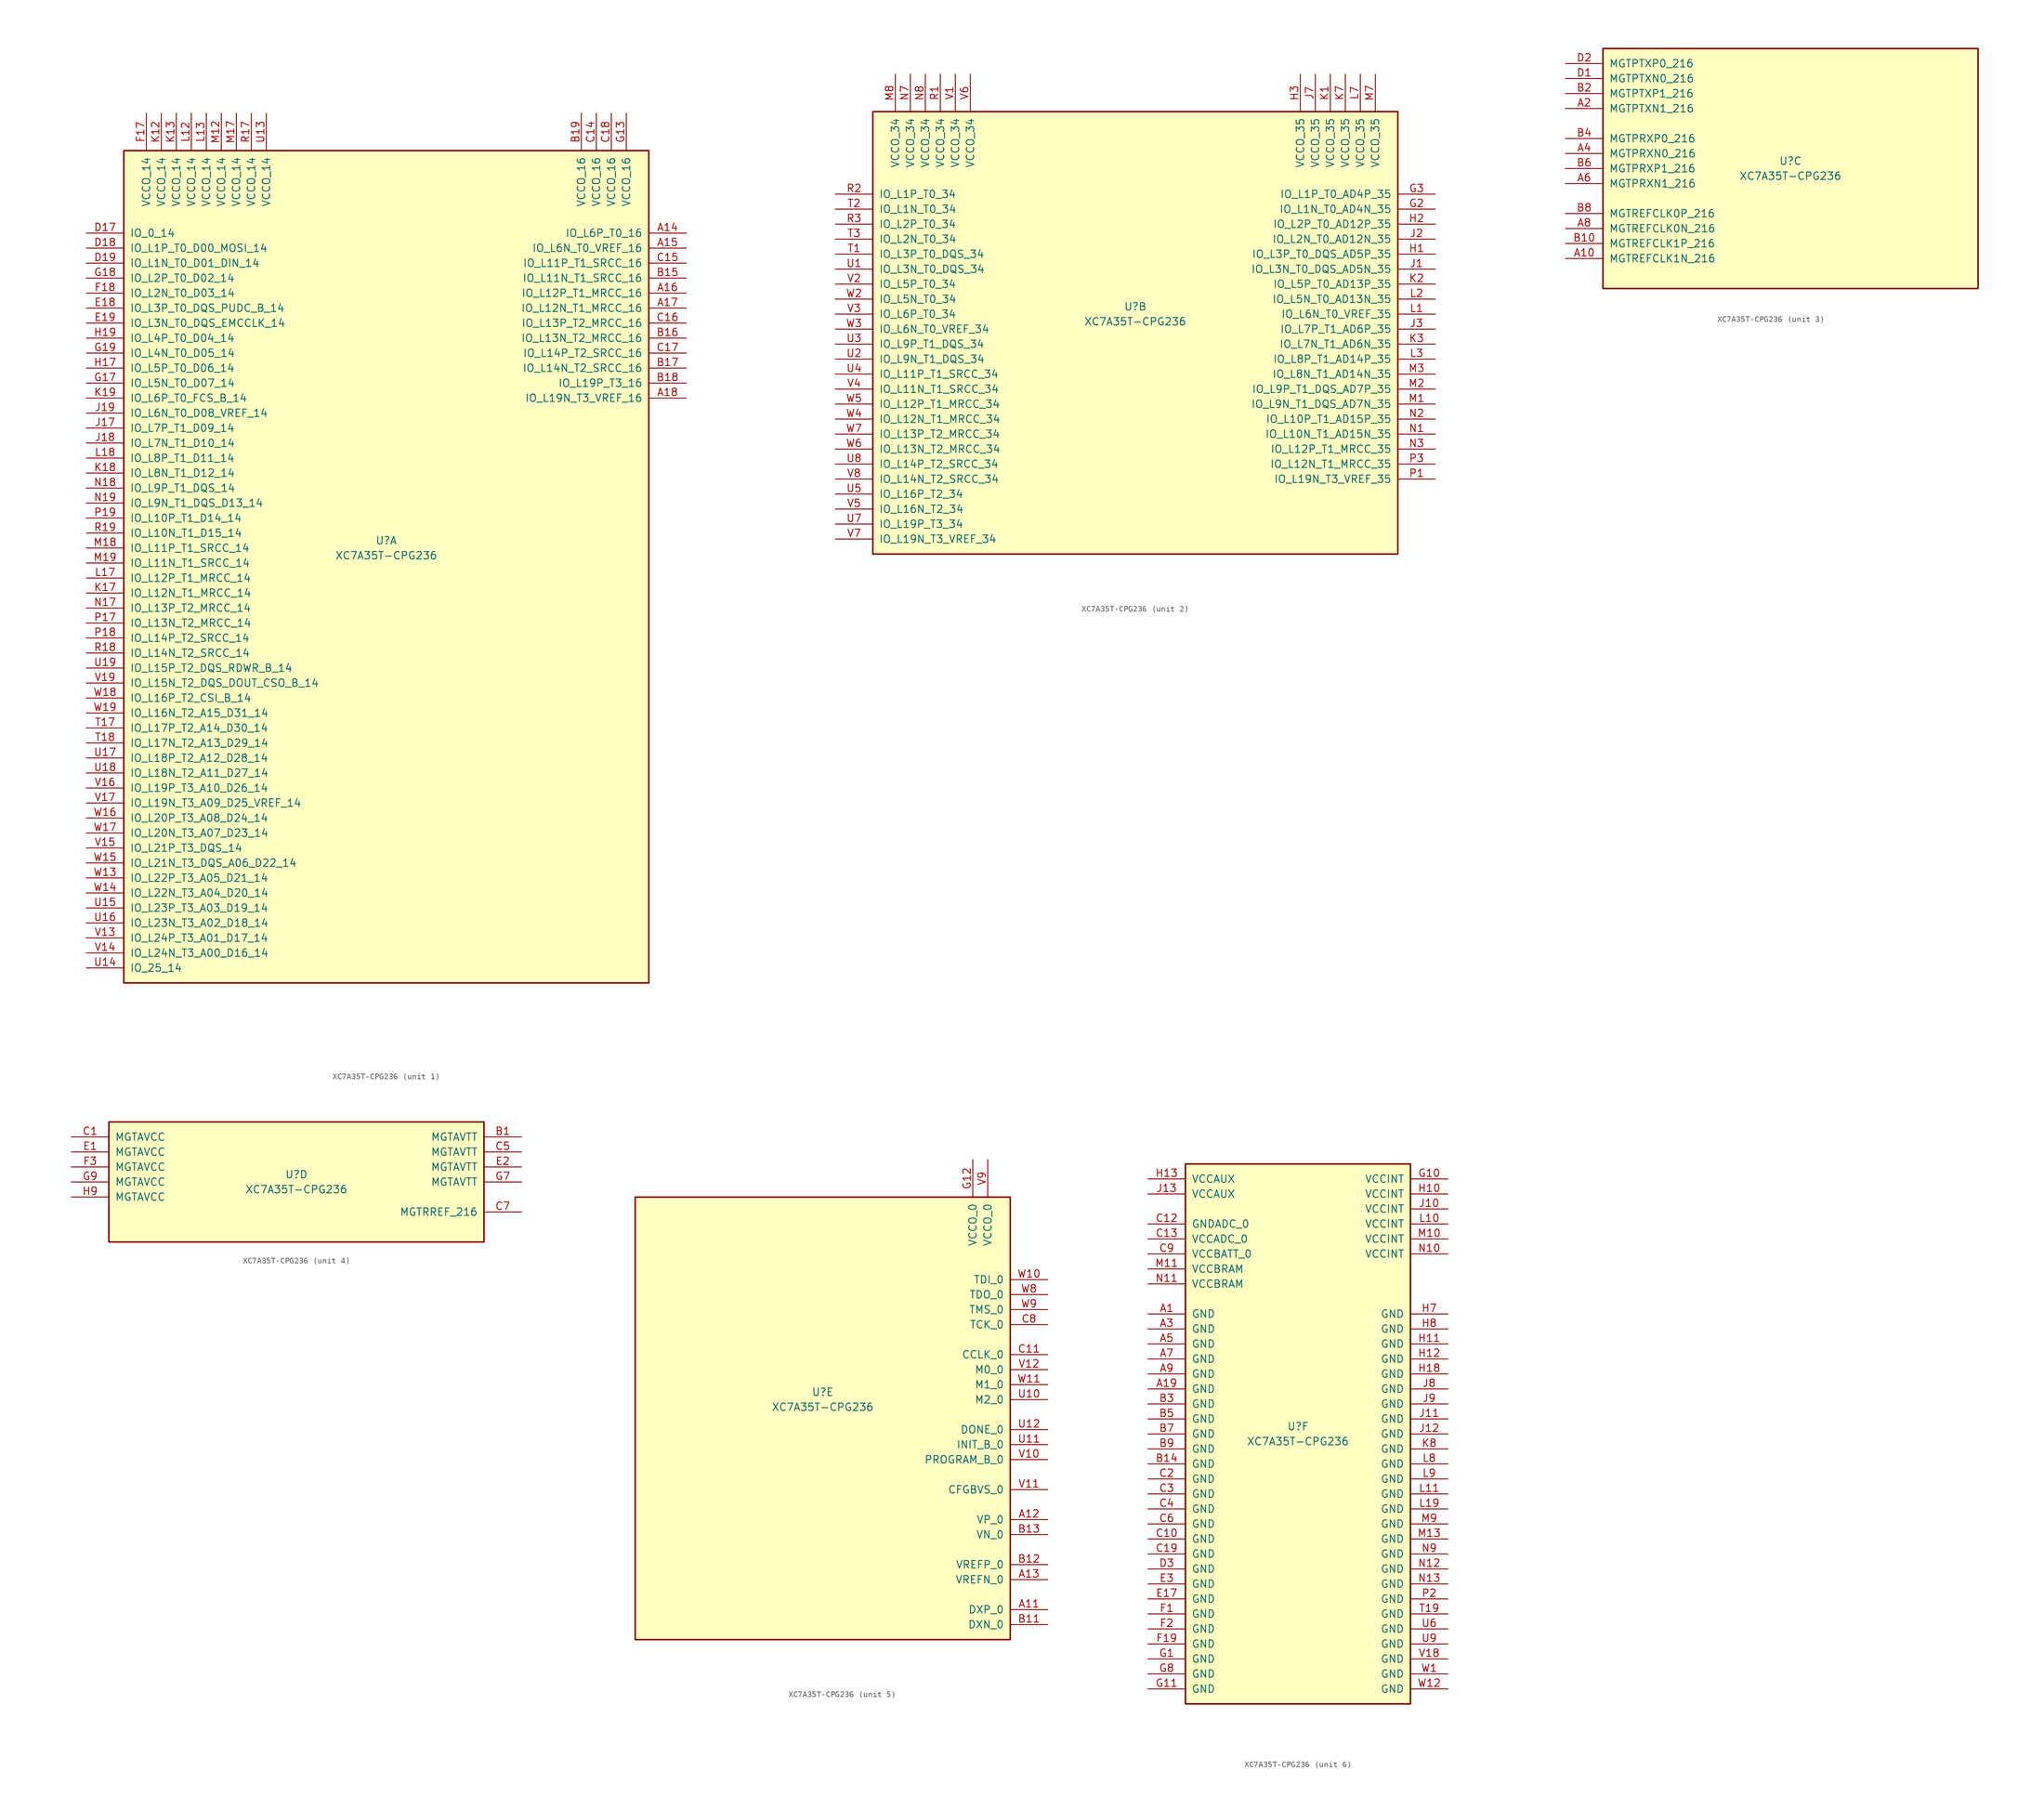
<source format=kicad_sym>
(kicad_symbol_lib
  (version 20201005)
  (generator kicad_symbol_editor)
  (symbol "FPGA_Xilinx_Artix7:XC7A35T-CPG236"
    (pin_names
      (offset 1.016))
    (property "Reference" "U"
      (at 0 1.27 0)
      (effects (font (size 1.27 1.27))))
    (property "Value" "XC7A35T-CPG236"
      (at 0 -1.27 0)
      (effects (font (size 1.27 1.27))))
    (property "Datasheet" ""
      (at 0 0 0)
      (effects (font (size 1.27 1.27))))
    (property "ki_locked" ""
      (at 0 0 0)
      (effects (font (size 1.27 1.27))))
    (symbol "XC7A35T-CPG236_1_1"
      (rectangle (start -44.45 67.31) (end 44.45 -73.66) (stroke (width 0.254)) (fill (type background)))
      (pin power_in line (at -40.64 73.66 270) (length 6.35) (name "VCCO_14" (effects (font (size 1.27 1.27)))) (number "F17" (effects (font (size 1.27 1.27)))))
      (pin power_in line (at -38.1 73.66 270) (length 6.35) (name "VCCO_14" (effects (font (size 1.27 1.27)))) (number "K12" (effects (font (size 1.27 1.27)))))
      (pin power_in line (at -35.56 73.66 270) (length 6.35) (name "VCCO_14" (effects (font (size 1.27 1.27)))) (number "K13" (effects (font (size 1.27 1.27)))))
      (pin power_in line (at -33.02 73.66 270) (length 6.35) (name "VCCO_14" (effects (font (size 1.27 1.27)))) (number "L12" (effects (font (size 1.27 1.27)))))
      (pin power_in line (at -30.48 73.66 270) (length 6.35) (name "VCCO_14" (effects (font (size 1.27 1.27)))) (number "L13" (effects (font (size 1.27 1.27)))))
      (pin power_in line (at -27.94 73.66 270) (length 6.35) (name "VCCO_14" (effects (font (size 1.27 1.27)))) (number "M12" (effects (font (size 1.27 1.27)))))
      (pin power_in line (at -25.4 73.66 270) (length 6.35) (name "VCCO_14" (effects (font (size 1.27 1.27)))) (number "M17" (effects (font (size 1.27 1.27)))))
      (pin power_in line (at -22.86 73.66 270) (length 6.35) (name "VCCO_14" (effects (font (size 1.27 1.27)))) (number "R17" (effects (font (size 1.27 1.27)))))
      (pin power_in line (at -20.32 73.66 270) (length 6.35) (name "VCCO_14" (effects (font (size 1.27 1.27)))) (number "U13" (effects (font (size 1.27 1.27)))))
      (pin bidirectional line (at -50.8 53.34 0) (length 6.35) (name "IO_0_14" (effects (font (size 1.27 1.27)))) (number "D17" (effects (font (size 1.27 1.27)))))
      (pin bidirectional line (at -50.8 50.8 0) (length 6.35) (name "IO_L1P_T0_D00_MOSI_14" (effects (font (size 1.27 1.27)))) (number "D18" (effects (font (size 1.27 1.27)))))
      (pin bidirectional line (at -50.8 48.26 0) (length 6.35) (name "IO_L1N_T0_D01_DIN_14" (effects (font (size 1.27 1.27)))) (number "D19" (effects (font (size 1.27 1.27)))))
      (pin bidirectional line (at -50.8 45.72 0) (length 6.35) (name "IO_L2P_T0_D02_14" (effects (font (size 1.27 1.27)))) (number "G18" (effects (font (size 1.27 1.27)))))
      (pin bidirectional line (at -50.8 43.18 0) (length 6.35) (name "IO_L2N_T0_D03_14" (effects (font (size 1.27 1.27)))) (number "F18" (effects (font (size 1.27 1.27)))))
      (pin bidirectional line (at -50.8 40.64 0) (length 6.35) (name "IO_L3P_T0_DQS_PUDC_B_14" (effects (font (size 1.27 1.27)))) (number "E18" (effects (font (size 1.27 1.27)))))
      (pin bidirectional line (at -50.8 38.1 0) (length 6.35) (name "IO_L3N_T0_DQS_EMCCLK_14" (effects (font (size 1.27 1.27)))) (number "E19" (effects (font (size 1.27 1.27)))))
      (pin bidirectional line (at -50.8 35.56 0) (length 6.35) (name "IO_L4P_T0_D04_14" (effects (font (size 1.27 1.27)))) (number "H19" (effects (font (size 1.27 1.27)))))
      (pin bidirectional line (at -50.8 33.02 0) (length 6.35) (name "IO_L4N_T0_D05_14" (effects (font (size 1.27 1.27)))) (number "G19" (effects (font (size 1.27 1.27)))))
      (pin bidirectional line (at -50.8 30.48 0) (length 6.35) (name "IO_L5P_T0_D06_14" (effects (font (size 1.27 1.27)))) (number "H17" (effects (font (size 1.27 1.27)))))
      (pin bidirectional line (at -50.8 27.94 0) (length 6.35) (name "IO_L5N_T0_D07_14" (effects (font (size 1.27 1.27)))) (number "G17" (effects (font (size 1.27 1.27)))))
      (pin bidirectional line (at -50.8 25.4 0) (length 6.35) (name "IO_L6P_T0_FCS_B_14" (effects (font (size 1.27 1.27)))) (number "K19" (effects (font (size 1.27 1.27)))))
      (pin bidirectional line (at -50.8 22.86 0) (length 6.35) (name "IO_L6N_T0_D08_VREF_14" (effects (font (size 1.27 1.27)))) (number "J19" (effects (font (size 1.27 1.27)))))
      (pin bidirectional line (at -50.8 20.32 0) (length 6.35) (name "IO_L7P_T1_D09_14" (effects (font (size 1.27 1.27)))) (number "J17" (effects (font (size 1.27 1.27)))))
      (pin bidirectional line (at -50.8 17.78 0) (length 6.35) (name "IO_L7N_T1_D10_14" (effects (font (size 1.27 1.27)))) (number "J18" (effects (font (size 1.27 1.27)))))
      (pin bidirectional line (at -50.8 15.24 0) (length 6.35) (name "IO_L8P_T1_D11_14" (effects (font (size 1.27 1.27)))) (number "L18" (effects (font (size 1.27 1.27)))))
      (pin bidirectional line (at -50.8 12.7 0) (length 6.35) (name "IO_L8N_T1_D12_14" (effects (font (size 1.27 1.27)))) (number "K18" (effects (font (size 1.27 1.27)))))
      (pin bidirectional line (at -50.8 10.16 0) (length 6.35) (name "IO_L9P_T1_DQS_14" (effects (font (size 1.27 1.27)))) (number "N18" (effects (font (size 1.27 1.27)))))
      (pin bidirectional line (at -50.8 7.62 0) (length 6.35) (name "IO_L9N_T1_DQS_D13_14" (effects (font (size 1.27 1.27)))) (number "N19" (effects (font (size 1.27 1.27)))))
      (pin bidirectional line (at -50.8 5.08 0) (length 6.35) (name "IO_L10P_T1_D14_14" (effects (font (size 1.27 1.27)))) (number "P19" (effects (font (size 1.27 1.27)))))
      (pin bidirectional line (at -50.8 2.54 0) (length 6.35) (name "IO_L10N_T1_D15_14" (effects (font (size 1.27 1.27)))) (number "R19" (effects (font (size 1.27 1.27)))))
      (pin bidirectional line (at -50.8 0 0) (length 6.35) (name "IO_L11P_T1_SRCC_14" (effects (font (size 1.27 1.27)))) (number "M18" (effects (font (size 1.27 1.27)))))
      (pin bidirectional line (at -50.8 -2.54 0) (length 6.35) (name "IO_L11N_T1_SRCC_14" (effects (font (size 1.27 1.27)))) (number "M19" (effects (font (size 1.27 1.27)))))
      (pin bidirectional line (at -50.8 -5.08 0) (length 6.35) (name "IO_L12P_T1_MRCC_14" (effects (font (size 1.27 1.27)))) (number "L17" (effects (font (size 1.27 1.27)))))
      (pin bidirectional line (at -50.8 -7.62 0) (length 6.35) (name "IO_L12N_T1_MRCC_14" (effects (font (size 1.27 1.27)))) (number "K17" (effects (font (size 1.27 1.27)))))
      (pin bidirectional line (at -50.8 -10.16 0) (length 6.35) (name "IO_L13P_T2_MRCC_14" (effects (font (size 1.27 1.27)))) (number "N17" (effects (font (size 1.27 1.27)))))
      (pin bidirectional line (at -50.8 -12.7 0) (length 6.35) (name "IO_L13N_T2_MRCC_14" (effects (font (size 1.27 1.27)))) (number "P17" (effects (font (size 1.27 1.27)))))
      (pin bidirectional line (at -50.8 -15.24 0) (length 6.35) (name "IO_L14P_T2_SRCC_14" (effects (font (size 1.27 1.27)))) (number "P18" (effects (font (size 1.27 1.27)))))
      (pin bidirectional line (at -50.8 -17.78 0) (length 6.35) (name "IO_L14N_T2_SRCC_14" (effects (font (size 1.27 1.27)))) (number "R18" (effects (font (size 1.27 1.27)))))
      (pin bidirectional line (at -50.8 -20.32 0) (length 6.35) (name "IO_L15P_T2_DQS_RDWR_B_14" (effects (font (size 1.27 1.27)))) (number "U19" (effects (font (size 1.27 1.27)))))
      (pin bidirectional line (at -50.8 -22.86 0) (length 6.35) (name "IO_L15N_T2_DQS_DOUT_CSO_B_14" (effects (font (size 1.27 1.27)))) (number "V19" (effects (font (size 1.27 1.27)))))
      (pin bidirectional line (at -50.8 -25.4 0) (length 6.35) (name "IO_L16P_T2_CSI_B_14" (effects (font (size 1.27 1.27)))) (number "W18" (effects (font (size 1.27 1.27)))))
      (pin bidirectional line (at -50.8 -27.94 0) (length 6.35) (name "IO_L16N_T2_A15_D31_14" (effects (font (size 1.27 1.27)))) (number "W19" (effects (font (size 1.27 1.27)))))
      (pin bidirectional line (at -50.8 -30.48 0) (length 6.35) (name "IO_L17P_T2_A14_D30_14" (effects (font (size 1.27 1.27)))) (number "T17" (effects (font (size 1.27 1.27)))))
      (pin bidirectional line (at -50.8 -33.02 0) (length 6.35) (name "IO_L17N_T2_A13_D29_14" (effects (font (size 1.27 1.27)))) (number "T18" (effects (font (size 1.27 1.27)))))
      (pin bidirectional line (at -50.8 -35.56 0) (length 6.35) (name "IO_L18P_T2_A12_D28_14" (effects (font (size 1.27 1.27)))) (number "U17" (effects (font (size 1.27 1.27)))))
      (pin bidirectional line (at -50.8 -38.1 0) (length 6.35) (name "IO_L18N_T2_A11_D27_14" (effects (font (size 1.27 1.27)))) (number "U18" (effects (font (size 1.27 1.27)))))
      (pin bidirectional line (at -50.8 -40.64 0) (length 6.35) (name "IO_L19P_T3_A10_D26_14" (effects (font (size 1.27 1.27)))) (number "V16" (effects (font (size 1.27 1.27)))))
      (pin bidirectional line (at -50.8 -43.18 0) (length 6.35) (name "IO_L19N_T3_A09_D25_VREF_14" (effects (font (size 1.27 1.27)))) (number "V17" (effects (font (size 1.27 1.27)))))
      (pin bidirectional line (at -50.8 -45.72 0) (length 6.35) (name "IO_L20P_T3_A08_D24_14" (effects (font (size 1.27 1.27)))) (number "W16" (effects (font (size 1.27 1.27)))))
      (pin bidirectional line (at -50.8 -48.26 0) (length 6.35) (name "IO_L20N_T3_A07_D23_14" (effects (font (size 1.27 1.27)))) (number "W17" (effects (font (size 1.27 1.27)))))
      (pin bidirectional line (at -50.8 -50.8 0) (length 6.35) (name "IO_L21P_T3_DQS_14" (effects (font (size 1.27 1.27)))) (number "V15" (effects (font (size 1.27 1.27)))))
      (pin bidirectional line (at -50.8 -53.34 0) (length 6.35) (name "IO_L21N_T3_DQS_A06_D22_14" (effects (font (size 1.27 1.27)))) (number "W15" (effects (font (size 1.27 1.27)))))
      (pin bidirectional line (at -50.8 -55.88 0) (length 6.35) (name "IO_L22P_T3_A05_D21_14" (effects (font (size 1.27 1.27)))) (number "W13" (effects (font (size 1.27 1.27)))))
      (pin bidirectional line (at -50.8 -58.42 0) (length 6.35) (name "IO_L22N_T3_A04_D20_14" (effects (font (size 1.27 1.27)))) (number "W14" (effects (font (size 1.27 1.27)))))
      (pin bidirectional line (at -50.8 -60.96 0) (length 6.35) (name "IO_L23P_T3_A03_D19_14" (effects (font (size 1.27 1.27)))) (number "U15" (effects (font (size 1.27 1.27)))))
      (pin bidirectional line (at -50.8 -63.5 0) (length 6.35) (name "IO_L23N_T3_A02_D18_14" (effects (font (size 1.27 1.27)))) (number "U16" (effects (font (size 1.27 1.27)))))
      (pin bidirectional line (at -50.8 -66.04 0) (length 6.35) (name "IO_L24P_T3_A01_D17_14" (effects (font (size 1.27 1.27)))) (number "V13" (effects (font (size 1.27 1.27)))))
      (pin bidirectional line (at -50.8 -68.58 0) (length 6.35) (name "IO_L24N_T3_A00_D16_14" (effects (font (size 1.27 1.27)))) (number "V14" (effects (font (size 1.27 1.27)))))
      (pin bidirectional line (at -50.8 -71.12 0) (length 6.35) (name "IO_25_14" (effects (font (size 1.27 1.27)))) (number "U14" (effects (font (size 1.27 1.27)))))
      (pin power_in line (at 33.02 73.66 270) (length 6.35) (name "VCCO_16" (effects (font (size 1.27 1.27)))) (number "B19" (effects (font (size 1.27 1.27)))))
      (pin power_in line (at 35.56 73.66 270) (length 6.35) (name "VCCO_16" (effects (font (size 1.27 1.27)))) (number "C14" (effects (font (size 1.27 1.27)))))
      (pin power_in line (at 38.1 73.66 270) (length 6.35) (name "VCCO_16" (effects (font (size 1.27 1.27)))) (number "C18" (effects (font (size 1.27 1.27)))))
      (pin power_in line (at 40.64 73.66 270) (length 6.35) (name "VCCO_16" (effects (font (size 1.27 1.27)))) (number "G13" (effects (font (size 1.27 1.27)))))
      (pin bidirectional line (at 50.8 53.34 180) (length 6.35) (name "IO_L6P_T0_16" (effects (font (size 1.27 1.27)))) (number "A14" (effects (font (size 1.27 1.27)))))
      (pin bidirectional line (at 50.8 50.8 180) (length 6.35) (name "IO_L6N_T0_VREF_16" (effects (font (size 1.27 1.27)))) (number "A15" (effects (font (size 1.27 1.27)))))
      (pin bidirectional line (at 50.8 48.26 180) (length 6.35) (name "IO_L11P_T1_SRCC_16" (effects (font (size 1.27 1.27)))) (number "C15" (effects (font (size 1.27 1.27)))))
      (pin bidirectional line (at 50.8 45.72 180) (length 6.35) (name "IO_L11N_T1_SRCC_16" (effects (font (size 1.27 1.27)))) (number "B15" (effects (font (size 1.27 1.27)))))
      (pin bidirectional line (at 50.8 43.18 180) (length 6.35) (name "IO_L12P_T1_MRCC_16" (effects (font (size 1.27 1.27)))) (number "A16" (effects (font (size 1.27 1.27)))))
      (pin bidirectional line (at 50.8 40.64 180) (length 6.35) (name "IO_L12N_T1_MRCC_16" (effects (font (size 1.27 1.27)))) (number "A17" (effects (font (size 1.27 1.27)))))
      (pin bidirectional line (at 50.8 38.1 180) (length 6.35) (name "IO_L13P_T2_MRCC_16" (effects (font (size 1.27 1.27)))) (number "C16" (effects (font (size 1.27 1.27)))))
      (pin bidirectional line (at 50.8 35.56 180) (length 6.35) (name "IO_L13N_T2_MRCC_16" (effects (font (size 1.27 1.27)))) (number "B16" (effects (font (size 1.27 1.27)))))
      (pin bidirectional line (at 50.8 33.02 180) (length 6.35) (name "IO_L14P_T2_SRCC_16" (effects (font (size 1.27 1.27)))) (number "C17" (effects (font (size 1.27 1.27)))))
      (pin bidirectional line (at 50.8 30.48 180) (length 6.35) (name "IO_L14N_T2_SRCC_16" (effects (font (size 1.27 1.27)))) (number "B17" (effects (font (size 1.27 1.27)))))
      (pin bidirectional line (at 50.8 27.94 180) (length 6.35) (name "IO_L19P_T3_16" (effects (font (size 1.27 1.27)))) (number "B18" (effects (font (size 1.27 1.27)))))
      (pin bidirectional line (at 50.8 25.4 180) (length 6.35) (name "IO_L19N_T3_VREF_16" (effects (font (size 1.27 1.27)))) (number "A18" (effects (font (size 1.27 1.27))))))
    (symbol "XC7A35T-CPG236_2_1"
      (rectangle (start -44.45 34.29) (end 44.45 -40.64) (stroke (width 0.254)) (fill (type background)))
      (pin power_in line (at -40.64 40.64 270) (length 6.35) (name "VCCO_34" (effects (font (size 1.27 1.27)))) (number "M8" (effects (font (size 1.27 1.27)))))
      (pin power_in line (at -38.1 40.64 270) (length 6.35) (name "VCCO_34" (effects (font (size 1.27 1.27)))) (number "N7" (effects (font (size 1.27 1.27)))))
      (pin power_in line (at -35.56 40.64 270) (length 6.35) (name "VCCO_34" (effects (font (size 1.27 1.27)))) (number "N8" (effects (font (size 1.27 1.27)))))
      (pin power_in line (at -33.02 40.64 270) (length 6.35) (name "VCCO_34" (effects (font (size 1.27 1.27)))) (number "R1" (effects (font (size 1.27 1.27)))))
      (pin power_in line (at -30.48 40.64 270) (length 6.35) (name "VCCO_34" (effects (font (size 1.27 1.27)))) (number "V1" (effects (font (size 1.27 1.27)))))
      (pin power_in line (at -27.94 40.64 270) (length 6.35) (name "VCCO_34" (effects (font (size 1.27 1.27)))) (number "V6" (effects (font (size 1.27 1.27)))))
      (pin bidirectional line (at -50.8 20.32 0) (length 6.35) (name "IO_L1P_T0_34" (effects (font (size 1.27 1.27)))) (number "R2" (effects (font (size 1.27 1.27)))))
      (pin bidirectional line (at -50.8 17.78 0) (length 6.35) (name "IO_L1N_T0_34" (effects (font (size 1.27 1.27)))) (number "T2" (effects (font (size 1.27 1.27)))))
      (pin bidirectional line (at -50.8 15.24 0) (length 6.35) (name "IO_L2P_T0_34" (effects (font (size 1.27 1.27)))) (number "R3" (effects (font (size 1.27 1.27)))))
      (pin bidirectional line (at -50.8 12.7 0) (length 6.35) (name "IO_L2N_T0_34" (effects (font (size 1.27 1.27)))) (number "T3" (effects (font (size 1.27 1.27)))))
      (pin bidirectional line (at -50.8 10.16 0) (length 6.35) (name "IO_L3P_T0_DQS_34" (effects (font (size 1.27 1.27)))) (number "T1" (effects (font (size 1.27 1.27)))))
      (pin bidirectional line (at -50.8 7.62 0) (length 6.35) (name "IO_L3N_T0_DQS_34" (effects (font (size 1.27 1.27)))) (number "U1" (effects (font (size 1.27 1.27)))))
      (pin bidirectional line (at -50.8 5.08 0) (length 6.35) (name "IO_L5P_T0_34" (effects (font (size 1.27 1.27)))) (number "V2" (effects (font (size 1.27 1.27)))))
      (pin bidirectional line (at -50.8 2.54 0) (length 6.35) (name "IO_L5N_T0_34" (effects (font (size 1.27 1.27)))) (number "W2" (effects (font (size 1.27 1.27)))))
      (pin bidirectional line (at -50.8 0 0) (length 6.35) (name "IO_L6P_T0_34" (effects (font (size 1.27 1.27)))) (number "V3" (effects (font (size 1.27 1.27)))))
      (pin bidirectional line (at -50.8 -2.54 0) (length 6.35) (name "IO_L6N_T0_VREF_34" (effects (font (size 1.27 1.27)))) (number "W3" (effects (font (size 1.27 1.27)))))
      (pin bidirectional line (at -50.8 -5.08 0) (length 6.35) (name "IO_L9P_T1_DQS_34" (effects (font (size 1.27 1.27)))) (number "U3" (effects (font (size 1.27 1.27)))))
      (pin bidirectional line (at -50.8 -7.62 0) (length 6.35) (name "IO_L9N_T1_DQS_34" (effects (font (size 1.27 1.27)))) (number "U2" (effects (font (size 1.27 1.27)))))
      (pin bidirectional line (at -50.8 -10.16 0) (length 6.35) (name "IO_L11P_T1_SRCC_34" (effects (font (size 1.27 1.27)))) (number "U4" (effects (font (size 1.27 1.27)))))
      (pin bidirectional line (at -50.8 -12.7 0) (length 6.35) (name "IO_L11N_T1_SRCC_34" (effects (font (size 1.27 1.27)))) (number "V4" (effects (font (size 1.27 1.27)))))
      (pin bidirectional line (at -50.8 -15.24 0) (length 6.35) (name "IO_L12P_T1_MRCC_34" (effects (font (size 1.27 1.27)))) (number "W5" (effects (font (size 1.27 1.27)))))
      (pin bidirectional line (at -50.8 -17.78 0) (length 6.35) (name "IO_L12N_T1_MRCC_34" (effects (font (size 1.27 1.27)))) (number "W4" (effects (font (size 1.27 1.27)))))
      (pin bidirectional line (at -50.8 -20.32 0) (length 6.35) (name "IO_L13P_T2_MRCC_34" (effects (font (size 1.27 1.27)))) (number "W7" (effects (font (size 1.27 1.27)))))
      (pin bidirectional line (at -50.8 -22.86 0) (length 6.35) (name "IO_L13N_T2_MRCC_34" (effects (font (size 1.27 1.27)))) (number "W6" (effects (font (size 1.27 1.27)))))
      (pin bidirectional line (at -50.8 -25.4 0) (length 6.35) (name "IO_L14P_T2_SRCC_34" (effects (font (size 1.27 1.27)))) (number "U8" (effects (font (size 1.27 1.27)))))
      (pin bidirectional line (at -50.8 -27.94 0) (length 6.35) (name "IO_L14N_T2_SRCC_34" (effects (font (size 1.27 1.27)))) (number "V8" (effects (font (size 1.27 1.27)))))
      (pin bidirectional line (at -50.8 -30.48 0) (length 6.35) (name "IO_L16P_T2_34" (effects (font (size 1.27 1.27)))) (number "U5" (effects (font (size 1.27 1.27)))))
      (pin bidirectional line (at -50.8 -33.02 0) (length 6.35) (name "IO_L16N_T2_34" (effects (font (size 1.27 1.27)))) (number "V5" (effects (font (size 1.27 1.27)))))
      (pin bidirectional line (at -50.8 -35.56 0) (length 6.35) (name "IO_L19P_T3_34" (effects (font (size 1.27 1.27)))) (number "U7" (effects (font (size 1.27 1.27)))))
      (pin bidirectional line (at -50.8 -38.1 0) (length 6.35) (name "IO_L19N_T3_VREF_34" (effects (font (size 1.27 1.27)))) (number "V7" (effects (font (size 1.27 1.27)))))
      (pin power_in line (at 27.94 40.64 270) (length 6.35) (name "VCCO_35" (effects (font (size 1.27 1.27)))) (number "H3" (effects (font (size 1.27 1.27)))))
      (pin power_in line (at 30.48 40.64 270) (length 6.35) (name "VCCO_35" (effects (font (size 1.27 1.27)))) (number "J7" (effects (font (size 1.27 1.27)))))
      (pin power_in line (at 33.02 40.64 270) (length 6.35) (name "VCCO_35" (effects (font (size 1.27 1.27)))) (number "K1" (effects (font (size 1.27 1.27)))))
      (pin power_in line (at 35.56 40.64 270) (length 6.35) (name "VCCO_35" (effects (font (size 1.27 1.27)))) (number "K7" (effects (font (size 1.27 1.27)))))
      (pin power_in line (at 38.1 40.64 270) (length 6.35) (name "VCCO_35" (effects (font (size 1.27 1.27)))) (number "L7" (effects (font (size 1.27 1.27)))))
      (pin power_in line (at 40.64 40.64 270) (length 6.35) (name "VCCO_35" (effects (font (size 1.27 1.27)))) (number "M7" (effects (font (size 1.27 1.27)))))
      (pin bidirectional line (at 50.8 20.32 180) (length 6.35) (name "IO_L1P_T0_AD4P_35" (effects (font (size 1.27 1.27)))) (number "G3" (effects (font (size 1.27 1.27)))))
      (pin bidirectional line (at 50.8 17.78 180) (length 6.35) (name "IO_L1N_T0_AD4N_35" (effects (font (size 1.27 1.27)))) (number "G2" (effects (font (size 1.27 1.27)))))
      (pin bidirectional line (at 50.8 15.24 180) (length 6.35) (name "IO_L2P_T0_AD12P_35" (effects (font (size 1.27 1.27)))) (number "H2" (effects (font (size 1.27 1.27)))))
      (pin bidirectional line (at 50.8 12.7 180) (length 6.35) (name "IO_L2N_T0_AD12N_35" (effects (font (size 1.27 1.27)))) (number "J2" (effects (font (size 1.27 1.27)))))
      (pin bidirectional line (at 50.8 10.16 180) (length 6.35) (name "IO_L3P_T0_DQS_AD5P_35" (effects (font (size 1.27 1.27)))) (number "H1" (effects (font (size 1.27 1.27)))))
      (pin bidirectional line (at 50.8 7.62 180) (length 6.35) (name "IO_L3N_T0_DQS_AD5N_35" (effects (font (size 1.27 1.27)))) (number "J1" (effects (font (size 1.27 1.27)))))
      (pin bidirectional line (at 50.8 5.08 180) (length 6.35) (name "IO_L5P_T0_AD13P_35" (effects (font (size 1.27 1.27)))) (number "K2" (effects (font (size 1.27 1.27)))))
      (pin bidirectional line (at 50.8 2.54 180) (length 6.35) (name "IO_L5N_T0_AD13N_35" (effects (font (size 1.27 1.27)))) (number "L2" (effects (font (size 1.27 1.27)))))
      (pin bidirectional line (at 50.8 0 180) (length 6.35) (name "IO_L6N_T0_VREF_35" (effects (font (size 1.27 1.27)))) (number "L1" (effects (font (size 1.27 1.27)))))
      (pin bidirectional line (at 50.8 -2.54 180) (length 6.35) (name "IO_L7P_T1_AD6P_35" (effects (font (size 1.27 1.27)))) (number "J3" (effects (font (size 1.27 1.27)))))
      (pin bidirectional line (at 50.8 -5.08 180) (length 6.35) (name "IO_L7N_T1_AD6N_35" (effects (font (size 1.27 1.27)))) (number "K3" (effects (font (size 1.27 1.27)))))
      (pin bidirectional line (at 50.8 -7.62 180) (length 6.35) (name "IO_L8P_T1_AD14P_35" (effects (font (size 1.27 1.27)))) (number "L3" (effects (font (size 1.27 1.27)))))
      (pin bidirectional line (at 50.8 -10.16 180) (length 6.35) (name "IO_L8N_T1_AD14N_35" (effects (font (size 1.27 1.27)))) (number "M3" (effects (font (size 1.27 1.27)))))
      (pin bidirectional line (at 50.8 -12.7 180) (length 6.35) (name "IO_L9P_T1_DQS_AD7P_35" (effects (font (size 1.27 1.27)))) (number "M2" (effects (font (size 1.27 1.27)))))
      (pin bidirectional line (at 50.8 -15.24 180) (length 6.35) (name "IO_L9N_T1_DQS_AD7N_35" (effects (font (size 1.27 1.27)))) (number "M1" (effects (font (size 1.27 1.27)))))
      (pin bidirectional line (at 50.8 -17.78 180) (length 6.35) (name "IO_L10P_T1_AD15P_35" (effects (font (size 1.27 1.27)))) (number "N2" (effects (font (size 1.27 1.27)))))
      (pin bidirectional line (at 50.8 -20.32 180) (length 6.35) (name "IO_L10N_T1_AD15N_35" (effects (font (size 1.27 1.27)))) (number "N1" (effects (font (size 1.27 1.27)))))
      (pin bidirectional line (at 50.8 -22.86 180) (length 6.35) (name "IO_L12P_T1_MRCC_35" (effects (font (size 1.27 1.27)))) (number "N3" (effects (font (size 1.27 1.27)))))
      (pin bidirectional line (at 50.8 -25.4 180) (length 6.35) (name "IO_L12N_T1_MRCC_35" (effects (font (size 1.27 1.27)))) (number "P3" (effects (font (size 1.27 1.27)))))
      (pin bidirectional line (at 50.8 -27.94 180) (length 6.35) (name "IO_L19N_T3_VREF_35" (effects (font (size 1.27 1.27)))) (number "P1" (effects (font (size 1.27 1.27))))))
    (symbol "XC7A35T-CPG236_3_1"
      (rectangle (start -31.75 20.32) (end 31.75 -20.32) (stroke (width 0.254)) (fill (type background)))
      (pin bidirectional line (at -38.1 17.78 0) (length 6.35) (name "MGTPTXP0_216" (effects (font (size 1.27 1.27)))) (number "D2" (effects (font (size 1.27 1.27)))))
      (pin bidirectional line (at -38.1 15.24 0) (length 6.35) (name "MGTPTXN0_216" (effects (font (size 1.27 1.27)))) (number "D1" (effects (font (size 1.27 1.27)))))
      (pin bidirectional line (at -38.1 12.7 0) (length 6.35) (name "MGTPTXP1_216" (effects (font (size 1.27 1.27)))) (number "B2" (effects (font (size 1.27 1.27)))))
      (pin bidirectional line (at -38.1 10.16 0) (length 6.35) (name "MGTPTXN1_216" (effects (font (size 1.27 1.27)))) (number "A2" (effects (font (size 1.27 1.27)))))
      (pin bidirectional line (at -38.1 5.08 0) (length 6.35) (name "MGTPRXP0_216" (effects (font (size 1.27 1.27)))) (number "B4" (effects (font (size 1.27 1.27)))))
      (pin bidirectional line (at -38.1 2.54 0) (length 6.35) (name "MGTPRXN0_216" (effects (font (size 1.27 1.27)))) (number "A4" (effects (font (size 1.27 1.27)))))
      (pin bidirectional line (at -38.1 0 0) (length 6.35) (name "MGTPRXP1_216" (effects (font (size 1.27 1.27)))) (number "B6" (effects (font (size 1.27 1.27)))))
      (pin bidirectional line (at -38.1 -2.54 0) (length 6.35) (name "MGTPRXN1_216" (effects (font (size 1.27 1.27)))) (number "A6" (effects (font (size 1.27 1.27)))))
      (pin bidirectional line (at -38.1 -7.62 0) (length 6.35) (name "MGTREFCLK0P_216" (effects (font (size 1.27 1.27)))) (number "B8" (effects (font (size 1.27 1.27)))))
      (pin bidirectional line (at -38.1 -10.16 0) (length 6.35) (name "MGTREFCLK0N_216" (effects (font (size 1.27 1.27)))) (number "A8" (effects (font (size 1.27 1.27)))))
      (pin bidirectional line (at -38.1 -12.7 0) (length 6.35) (name "MGTREFCLK1P_216" (effects (font (size 1.27 1.27)))) (number "B10" (effects (font (size 1.27 1.27)))))
      (pin bidirectional line (at -38.1 -15.24 0) (length 6.35) (name "MGTREFCLK1N_216" (effects (font (size 1.27 1.27)))) (number "A10" (effects (font (size 1.27 1.27))))))
    (symbol "XC7A35T-CPG236_4_1"
      (rectangle (start -31.75 10.16) (end 31.75 -10.16) (stroke (width 0.254)) (fill (type background)))
      (pin power_in line (at -38.1 7.62 0) (length 6.35) (name "MGTAVCC" (effects (font (size 1.27 1.27)))) (number "C1" (effects (font (size 1.27 1.27)))))
      (pin power_in line (at -38.1 5.08 0) (length 6.35) (name "MGTAVCC" (effects (font (size 1.27 1.27)))) (number "E1" (effects (font (size 1.27 1.27)))))
      (pin power_in line (at -38.1 2.54 0) (length 6.35) (name "MGTAVCC" (effects (font (size 1.27 1.27)))) (number "F3" (effects (font (size 1.27 1.27)))))
      (pin power_in line (at -38.1 0 0) (length 6.35) (name "MGTAVCC" (effects (font (size 1.27 1.27)))) (number "G9" (effects (font (size 1.27 1.27)))))
      (pin power_in line (at -38.1 -2.54 0) (length 6.35) (name "MGTAVCC" (effects (font (size 1.27 1.27)))) (number "H9" (effects (font (size 1.27 1.27)))))
      (pin power_in line (at 38.1 7.62 180) (length 6.35) (name "MGTAVTT" (effects (font (size 1.27 1.27)))) (number "B1" (effects (font (size 1.27 1.27)))))
      (pin power_in line (at 38.1 5.08 180) (length 6.35) (name "MGTAVTT" (effects (font (size 1.27 1.27)))) (number "C5" (effects (font (size 1.27 1.27)))))
      (pin power_in line (at 38.1 2.54 180) (length 6.35) (name "MGTAVTT" (effects (font (size 1.27 1.27)))) (number "E2" (effects (font (size 1.27 1.27)))))
      (pin power_in line (at 38.1 0 180) (length 6.35) (name "MGTAVTT" (effects (font (size 1.27 1.27)))) (number "G7" (effects (font (size 1.27 1.27)))))
      (pin power_in line (at 38.1 -5.08 180) (length 6.35) (name "MGTRREF_216" (effects (font (size 1.27 1.27)))) (number "C7" (effects (font (size 1.27 1.27))))))
    (symbol "XC7A35T-CPG236_5_1"
      (rectangle (start -31.75 34.29) (end 31.75 -40.64) (stroke (width 0.254)) (fill (type background)))
      (pin power_in line (at 25.4 40.64 270) (length 6.35) (name "VCCO_0" (effects (font (size 1.27 1.27)))) (number "G12" (effects (font (size 1.27 1.27)))))
      (pin power_in line (at 27.94 40.64 270) (length 6.35) (name "VCCO_0" (effects (font (size 1.27 1.27)))) (number "V9" (effects (font (size 1.27 1.27)))))
      (pin bidirectional line (at 38.1 20.32 180) (length 6.35) (name "TDI_0" (effects (font (size 1.27 1.27)))) (number "W10" (effects (font (size 1.27 1.27)))))
      (pin bidirectional line (at 38.1 17.78 180) (length 6.35) (name "TDO_0" (effects (font (size 1.27 1.27)))) (number "W8" (effects (font (size 1.27 1.27)))))
      (pin bidirectional line (at 38.1 15.24 180) (length 6.35) (name "TMS_0" (effects (font (size 1.27 1.27)))) (number "W9" (effects (font (size 1.27 1.27)))))
      (pin bidirectional line (at 38.1 12.7 180) (length 6.35) (name "TCK_0" (effects (font (size 1.27 1.27)))) (number "C8" (effects (font (size 1.27 1.27)))))
      (pin bidirectional line (at 38.1 7.62 180) (length 6.35) (name "CCLK_0" (effects (font (size 1.27 1.27)))) (number "C11" (effects (font (size 1.27 1.27)))))
      (pin bidirectional line (at 38.1 5.08 180) (length 6.35) (name "M0_0" (effects (font (size 1.27 1.27)))) (number "V12" (effects (font (size 1.27 1.27)))))
      (pin bidirectional line (at 38.1 2.54 180) (length 6.35) (name "M1_0" (effects (font (size 1.27 1.27)))) (number "W11" (effects (font (size 1.27 1.27)))))
      (pin bidirectional line (at 38.1 0 180) (length 6.35) (name "M2_0" (effects (font (size 1.27 1.27)))) (number "U10" (effects (font (size 1.27 1.27)))))
      (pin bidirectional line (at 38.1 -5.08 180) (length 6.35) (name "DONE_0" (effects (font (size 1.27 1.27)))) (number "U12" (effects (font (size 1.27 1.27)))))
      (pin bidirectional line (at 38.1 -7.62 180) (length 6.35) (name "INIT_B_0" (effects (font (size 1.27 1.27)))) (number "U11" (effects (font (size 1.27 1.27)))))
      (pin bidirectional line (at 38.1 -10.16 180) (length 6.35) (name "PROGRAM_B_0" (effects (font (size 1.27 1.27)))) (number "V10" (effects (font (size 1.27 1.27)))))
      (pin bidirectional line (at 38.1 -15.24 180) (length 6.35) (name "CFGBVS_0" (effects (font (size 1.27 1.27)))) (number "V11" (effects (font (size 1.27 1.27)))))
      (pin bidirectional line (at 38.1 -20.32 180) (length 6.35) (name "VP_0" (effects (font (size 1.27 1.27)))) (number "A12" (effects (font (size 1.27 1.27)))))
      (pin bidirectional line (at 38.1 -22.86 180) (length 6.35) (name "VN_0" (effects (font (size 1.27 1.27)))) (number "B13" (effects (font (size 1.27 1.27)))))
      (pin bidirectional line (at 38.1 -27.94 180) (length 6.35) (name "VREFP_0" (effects (font (size 1.27 1.27)))) (number "B12" (effects (font (size 1.27 1.27)))))
      (pin bidirectional line (at 38.1 -30.48 180) (length 6.35) (name "VREFN_0" (effects (font (size 1.27 1.27)))) (number "A13" (effects (font (size 1.27 1.27)))))
      (pin bidirectional line (at 38.1 -35.56 180) (length 6.35) (name "DXP_0" (effects (font (size 1.27 1.27)))) (number "A11" (effects (font (size 1.27 1.27)))))
      (pin bidirectional line (at 38.1 -38.1 180) (length 6.35) (name "DXN_0" (effects (font (size 1.27 1.27)))) (number "B11" (effects (font (size 1.27 1.27))))))
    (symbol "XC7A35T-CPG236_6_1"
      (rectangle (start -19.05 45.72) (end 19.05 -45.72) (stroke (width 0.254)) (fill (type background)))
      (pin power_in line (at -25.4 43.18 0) (length 6.35) (name "VCCAUX" (effects (font (size 1.27 1.27)))) (number "H13" (effects (font (size 1.27 1.27)))))
      (pin power_in line (at -25.4 40.64 0) (length 6.35) (name "VCCAUX" (effects (font (size 1.27 1.27)))) (number "J13" (effects (font (size 1.27 1.27)))))
      (pin power_in line (at -25.4 35.56 0) (length 6.35) (name "GNDADC_0" (effects (font (size 1.27 1.27)))) (number "C12" (effects (font (size 1.27 1.27)))))
      (pin power_in line (at -25.4 33.02 0) (length 6.35) (name "VCCADC_0" (effects (font (size 1.27 1.27)))) (number "C13" (effects (font (size 1.27 1.27)))))
      (pin power_in line (at -25.4 30.48 0) (length 6.35) (name "VCCBATT_0" (effects (font (size 1.27 1.27)))) (number "C9" (effects (font (size 1.27 1.27)))))
      (pin power_in line (at -25.4 27.94 0) (length 6.35) (name "VCCBRAM" (effects (font (size 1.27 1.27)))) (number "M11" (effects (font (size 1.27 1.27)))))
      (pin power_in line (at -25.4 25.4 0) (length 6.35) (name "VCCBRAM" (effects (font (size 1.27 1.27)))) (number "N11" (effects (font (size 1.27 1.27)))))
      (pin power_in line (at -25.4 20.32 0) (length 6.35) (name "GND" (effects (font (size 1.27 1.27)))) (number "A1" (effects (font (size 1.27 1.27)))))
      (pin power_in line (at -25.4 17.78 0) (length 6.35) (name "GND" (effects (font (size 1.27 1.27)))) (number "A3" (effects (font (size 1.27 1.27)))))
      (pin power_in line (at -25.4 15.24 0) (length 6.35) (name "GND" (effects (font (size 1.27 1.27)))) (number "A5" (effects (font (size 1.27 1.27)))))
      (pin power_in line (at -25.4 12.7 0) (length 6.35) (name "GND" (effects (font (size 1.27 1.27)))) (number "A7" (effects (font (size 1.27 1.27)))))
      (pin power_in line (at -25.4 10.16 0) (length 6.35) (name "GND" (effects (font (size 1.27 1.27)))) (number "A9" (effects (font (size 1.27 1.27)))))
      (pin power_in line (at -25.4 7.62 0) (length 6.35) (name "GND" (effects (font (size 1.27 1.27)))) (number "A19" (effects (font (size 1.27 1.27)))))
      (pin power_in line (at -25.4 5.08 0) (length 6.35) (name "GND" (effects (font (size 1.27 1.27)))) (number "B3" (effects (font (size 1.27 1.27)))))
      (pin power_in line (at -25.4 2.54 0) (length 6.35) (name "GND" (effects (font (size 1.27 1.27)))) (number "B5" (effects (font (size 1.27 1.27)))))
      (pin power_in line (at -25.4 0 0) (length 6.35) (name "GND" (effects (font (size 1.27 1.27)))) (number "B7" (effects (font (size 1.27 1.27)))))
      (pin power_in line (at -25.4 -2.54 0) (length 6.35) (name "GND" (effects (font (size 1.27 1.27)))) (number "B9" (effects (font (size 1.27 1.27)))))
      (pin power_in line (at -25.4 -5.08 0) (length 6.35) (name "GND" (effects (font (size 1.27 1.27)))) (number "B14" (effects (font (size 1.27 1.27)))))
      (pin power_in line (at -25.4 -7.62 0) (length 6.35) (name "GND" (effects (font (size 1.27 1.27)))) (number "C2" (effects (font (size 1.27 1.27)))))
      (pin power_in line (at -25.4 -10.16 0) (length 6.35) (name "GND" (effects (font (size 1.27 1.27)))) (number "C3" (effects (font (size 1.27 1.27)))))
      (pin power_in line (at -25.4 -12.7 0) (length 6.35) (name "GND" (effects (font (size 1.27 1.27)))) (number "C4" (effects (font (size 1.27 1.27)))))
      (pin power_in line (at -25.4 -15.24 0) (length 6.35) (name "GND" (effects (font (size 1.27 1.27)))) (number "C6" (effects (font (size 1.27 1.27)))))
      (pin power_in line (at -25.4 -17.78 0) (length 6.35) (name "GND" (effects (font (size 1.27 1.27)))) (number "C10" (effects (font (size 1.27 1.27)))))
      (pin power_in line (at -25.4 -20.32 0) (length 6.35) (name "GND" (effects (font (size 1.27 1.27)))) (number "C19" (effects (font (size 1.27 1.27)))))
      (pin power_in line (at -25.4 -22.86 0) (length 6.35) (name "GND" (effects (font (size 1.27 1.27)))) (number "D3" (effects (font (size 1.27 1.27)))))
      (pin power_in line (at -25.4 -25.4 0) (length 6.35) (name "GND" (effects (font (size 1.27 1.27)))) (number "E3" (effects (font (size 1.27 1.27)))))
      (pin power_in line (at -25.4 -27.94 0) (length 6.35) (name "GND" (effects (font (size 1.27 1.27)))) (number "E17" (effects (font (size 1.27 1.27)))))
      (pin power_in line (at -25.4 -30.48 0) (length 6.35) (name "GND" (effects (font (size 1.27 1.27)))) (number "F1" (effects (font (size 1.27 1.27)))))
      (pin power_in line (at -25.4 -33.02 0) (length 6.35) (name "GND" (effects (font (size 1.27 1.27)))) (number "F2" (effects (font (size 1.27 1.27)))))
      (pin power_in line (at -25.4 -35.56 0) (length 6.35) (name "GND" (effects (font (size 1.27 1.27)))) (number "F19" (effects (font (size 1.27 1.27)))))
      (pin power_in line (at -25.4 -38.1 0) (length 6.35) (name "GND" (effects (font (size 1.27 1.27)))) (number "G1" (effects (font (size 1.27 1.27)))))
      (pin power_in line (at -25.4 -40.64 0) (length 6.35) (name "GND" (effects (font (size 1.27 1.27)))) (number "G8" (effects (font (size 1.27 1.27)))))
      (pin power_in line (at -25.4 -43.18 0) (length 6.35) (name "GND" (effects (font (size 1.27 1.27)))) (number "G11" (effects (font (size 1.27 1.27)))))
      (pin power_in line (at 25.4 43.18 180) (length 6.35) (name "VCCINT" (effects (font (size 1.27 1.27)))) (number "G10" (effects (font (size 1.27 1.27)))))
      (pin power_in line (at 25.4 40.64 180) (length 6.35) (name "VCCINT" (effects (font (size 1.27 1.27)))) (number "H10" (effects (font (size 1.27 1.27)))))
      (pin power_in line (at 25.4 38.1 180) (length 6.35) (name "VCCINT" (effects (font (size 1.27 1.27)))) (number "J10" (effects (font (size 1.27 1.27)))))
      (pin power_in line (at 25.4 35.56 180) (length 6.35) (name "VCCINT" (effects (font (size 1.27 1.27)))) (number "L10" (effects (font (size 1.27 1.27)))))
      (pin power_in line (at 25.4 33.02 180) (length 6.35) (name "VCCINT" (effects (font (size 1.27 1.27)))) (number "M10" (effects (font (size 1.27 1.27)))))
      (pin power_in line (at 25.4 30.48 180) (length 6.35) (name "VCCINT" (effects (font (size 1.27 1.27)))) (number "N10" (effects (font (size 1.27 1.27)))))
      (pin power_in line (at 25.4 20.32 180) (length 6.35) (name "GND" (effects (font (size 1.27 1.27)))) (number "H7" (effects (font (size 1.27 1.27)))))
      (pin power_in line (at 25.4 17.78 180) (length 6.35) (name "GND" (effects (font (size 1.27 1.27)))) (number "H8" (effects (font (size 1.27 1.27)))))
      (pin power_in line (at 25.4 15.24 180) (length 6.35) (name "GND" (effects (font (size 1.27 1.27)))) (number "H11" (effects (font (size 1.27 1.27)))))
      (pin power_in line (at 25.4 12.7 180) (length 6.35) (name "GND" (effects (font (size 1.27 1.27)))) (number "H12" (effects (font (size 1.27 1.27)))))
      (pin power_in line (at 25.4 10.16 180) (length 6.35) (name "GND" (effects (font (size 1.27 1.27)))) (number "H18" (effects (font (size 1.27 1.27)))))
      (pin power_in line (at 25.4 7.62 180) (length 6.35) (name "GND" (effects (font (size 1.27 1.27)))) (number "J8" (effects (font (size 1.27 1.27)))))
      (pin power_in line (at 25.4 5.08 180) (length 6.35) (name "GND" (effects (font (size 1.27 1.27)))) (number "J9" (effects (font (size 1.27 1.27)))))
      (pin power_in line (at 25.4 2.54 180) (length 6.35) (name "GND" (effects (font (size 1.27 1.27)))) (number "J11" (effects (font (size 1.27 1.27)))))
      (pin power_in line (at 25.4 0 180) (length 6.35) (name "GND" (effects (font (size 1.27 1.27)))) (number "J12" (effects (font (size 1.27 1.27)))))
      (pin power_in line (at 25.4 -2.54 180) (length 6.35) (name "GND" (effects (font (size 1.27 1.27)))) (number "K8" (effects (font (size 1.27 1.27)))))
      (pin power_in line (at 25.4 -5.08 180) (length 6.35) (name "GND" (effects (font (size 1.27 1.27)))) (number "L8" (effects (font (size 1.27 1.27)))))
      (pin power_in line (at 25.4 -7.62 180) (length 6.35) (name "GND" (effects (font (size 1.27 1.27)))) (number "L9" (effects (font (size 1.27 1.27)))))
      (pin power_in line (at 25.4 -10.16 180) (length 6.35) (name "GND" (effects (font (size 1.27 1.27)))) (number "L11" (effects (font (size 1.27 1.27)))))
      (pin power_in line (at 25.4 -12.7 180) (length 6.35) (name "GND" (effects (font (size 1.27 1.27)))) (number "L19" (effects (font (size 1.27 1.27)))))
      (pin power_in line (at 25.4 -15.24 180) (length 6.35) (name "GND" (effects (font (size 1.27 1.27)))) (number "M9" (effects (font (size 1.27 1.27)))))
      (pin power_in line (at 25.4 -17.78 180) (length 6.35) (name "GND" (effects (font (size 1.27 1.27)))) (number "M13" (effects (font (size 1.27 1.27)))))
      (pin power_in line (at 25.4 -20.32 180) (length 6.35) (name "GND" (effects (font (size 1.27 1.27)))) (number "N9" (effects (font (size 1.27 1.27)))))
      (pin power_in line (at 25.4 -22.86 180) (length 6.35) (name "GND" (effects (font (size 1.27 1.27)))) (number "N12" (effects (font (size 1.27 1.27)))))
      (pin power_in line (at 25.4 -25.4 180) (length 6.35) (name "GND" (effects (font (size 1.27 1.27)))) (number "N13" (effects (font (size 1.27 1.27)))))
      (pin power_in line (at 25.4 -27.94 180) (length 6.35) (name "GND" (effects (font (size 1.27 1.27)))) (number "P2" (effects (font (size 1.27 1.27)))))
      (pin power_in line (at 25.4 -30.48 180) (length 6.35) (name "GND" (effects (font (size 1.27 1.27)))) (number "T19" (effects (font (size 1.27 1.27)))))
      (pin power_in line (at 25.4 -33.02 180) (length 6.35) (name "GND" (effects (font (size 1.27 1.27)))) (number "U6" (effects (font (size 1.27 1.27)))))
      (pin power_in line (at 25.4 -35.56 180) (length 6.35) (name "GND" (effects (font (size 1.27 1.27)))) (number "U9" (effects (font (size 1.27 1.27)))))
      (pin power_in line (at 25.4 -38.1 180) (length 6.35) (name "GND" (effects (font (size 1.27 1.27)))) (number "V18" (effects (font (size 1.27 1.27)))))
      (pin power_in line (at 25.4 -40.64 180) (length 6.35) (name "GND" (effects (font (size 1.27 1.27)))) (number "W1" (effects (font (size 1.27 1.27)))))
      (pin power_in line (at 25.4 -43.18 180) (length 6.35) (name "GND" (effects (font (size 1.27 1.27)))) (number "W12" (effects (font (size 1.27 1.27))))))))
</source>
